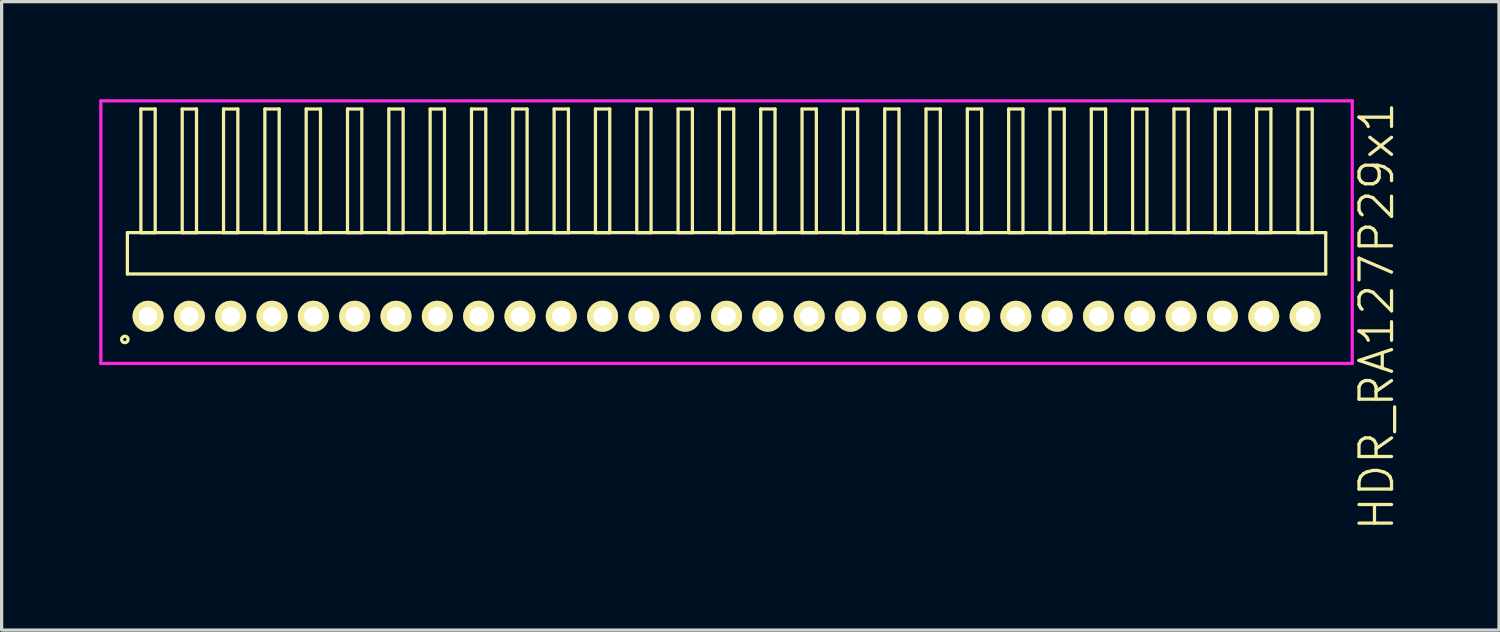
<source format=kicad_pcb>
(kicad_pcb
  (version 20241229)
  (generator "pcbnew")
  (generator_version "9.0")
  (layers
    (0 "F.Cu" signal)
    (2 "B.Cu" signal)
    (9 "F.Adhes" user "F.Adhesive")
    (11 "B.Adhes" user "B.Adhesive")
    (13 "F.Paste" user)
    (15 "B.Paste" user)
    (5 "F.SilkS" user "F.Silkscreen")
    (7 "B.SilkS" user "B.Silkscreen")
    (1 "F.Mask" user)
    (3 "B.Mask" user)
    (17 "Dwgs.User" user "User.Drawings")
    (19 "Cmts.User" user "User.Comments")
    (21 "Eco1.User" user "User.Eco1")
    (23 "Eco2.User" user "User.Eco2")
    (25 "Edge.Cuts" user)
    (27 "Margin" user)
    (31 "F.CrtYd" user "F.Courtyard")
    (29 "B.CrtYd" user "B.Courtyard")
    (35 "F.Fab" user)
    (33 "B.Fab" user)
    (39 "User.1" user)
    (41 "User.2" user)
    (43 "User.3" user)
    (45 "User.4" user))
  (footprint "HDR_RA127P29x1"
    (layer "F.Cu")
    (at 19.28 6.67)
    (property "Reference" "HDR_RA127P29x1" (at 19.98 0 90) (layer "F.SilkS") (effects (font (size 1 1) (thickness 0.1))))
    (attr through_hole)
    (fp_line (start -18.415 -2.57) (end -18.415 -1.3) (stroke (width 0.1) (type solid)) (layer "F.SilkS"))
    (fp_line (start -18.415 -1.3) (end 18.415 -1.3) (stroke (width 0.1) (type solid)) (layer "F.SilkS"))
    (fp_line (start -18 -6.37) (end -18 -2.57) (stroke (width 0.1) (type solid)) (layer "F.SilkS"))
    (fp_line (start -18 -2.57) (end -17.56 -2.57) (stroke (width 0.1) (type solid)) (layer "F.SilkS"))
    (fp_line (start -17.56 -6.37) (end -18 -6.37) (stroke (width 0.1) (type solid)) (layer "F.SilkS"))
    (fp_line (start -17.56 -2.57) (end -17.56 -6.37) (stroke (width 0.1) (type solid)) (layer "F.SilkS"))
    (fp_line (start -16.73 -6.37) (end -16.73 -2.57) (stroke (width 0.1) (type solid)) (layer "F.SilkS"))
    (fp_line (start -16.73 -2.57) (end -16.29 -2.57) (stroke (width 0.1) (type solid)) (layer "F.SilkS"))
    (fp_line (start -16.29 -6.37) (end -16.73 -6.37) (stroke (width 0.1) (type solid)) (layer "F.SilkS"))
    (fp_line (start -16.29 -2.57) (end -16.29 -6.37) (stroke (width 0.1) (type solid)) (layer "F.SilkS"))
    (fp_line (start -15.46 -6.37) (end -15.46 -2.57) (stroke (width 0.1) (type solid)) (layer "F.SilkS"))
    (fp_line (start -15.46 -2.57) (end -15.02 -2.57) (stroke (width 0.1) (type solid)) (layer "F.SilkS"))
    (fp_line (start -15.02 -6.37) (end -15.46 -6.37) (stroke (width 0.1) (type solid)) (layer "F.SilkS"))
    (fp_line (start -15.02 -2.57) (end -15.02 -6.37) (stroke (width 0.1) (type solid)) (layer "F.SilkS"))
    (fp_line (start -14.19 -6.37) (end -14.19 -2.57) (stroke (width 0.1) (type solid)) (layer "F.SilkS"))
    (fp_line (start -14.19 -2.57) (end -13.75 -2.57) (stroke (width 0.1) (type solid)) (layer "F.SilkS"))
    (fp_line (start -13.75 -6.37) (end -14.19 -6.37) (stroke (width 0.1) (type solid)) (layer "F.SilkS"))
    (fp_line (start -13.75 -2.57) (end -13.75 -6.37) (stroke (width 0.1) (type solid)) (layer "F.SilkS"))
    (fp_line (start -12.92 -6.37) (end -12.92 -2.57) (stroke (width 0.1) (type solid)) (layer "F.SilkS"))
    (fp_line (start -12.92 -2.57) (end -12.48 -2.57) (stroke (width 0.1) (type solid)) (layer "F.SilkS"))
    (fp_line (start -12.48 -6.37) (end -12.92 -6.37) (stroke (width 0.1) (type solid)) (layer "F.SilkS"))
    (fp_line (start -12.48 -2.57) (end -12.48 -6.37) (stroke (width 0.1) (type solid)) (layer "F.SilkS"))
    (fp_line (start -11.65 -6.37) (end -11.65 -2.57) (stroke (width 0.1) (type solid)) (layer "F.SilkS"))
    (fp_line (start -11.65 -2.57) (end -11.21 -2.57) (stroke (width 0.1) (type solid)) (layer "F.SilkS"))
    (fp_line (start -11.21 -6.37) (end -11.65 -6.37) (stroke (width 0.1) (type solid)) (layer "F.SilkS"))
    (fp_line (start -11.21 -2.57) (end -11.21 -6.37) (stroke (width 0.1) (type solid)) (layer "F.SilkS"))
    (fp_line (start -10.38 -6.37) (end -10.38 -2.57) (stroke (width 0.1) (type solid)) (layer "F.SilkS"))
    (fp_line (start -10.38 -2.57) (end -9.94 -2.57) (stroke (width 0.1) (type solid)) (layer "F.SilkS"))
    (fp_line (start -9.94 -6.37) (end -10.38 -6.37) (stroke (width 0.1) (type solid)) (layer "F.SilkS"))
    (fp_line (start -9.94 -2.57) (end -9.94 -6.37) (stroke (width 0.1) (type solid)) (layer "F.SilkS"))
    (fp_line (start -9.11 -6.37) (end -9.11 -2.57) (stroke (width 0.1) (type solid)) (layer "F.SilkS"))
    (fp_line (start -9.11 -2.57) (end -8.67 -2.57) (stroke (width 0.1) (type solid)) (layer "F.SilkS"))
    (fp_line (start -8.67 -6.37) (end -9.11 -6.37) (stroke (width 0.1) (type solid)) (layer "F.SilkS"))
    (fp_line (start -8.67 -2.57) (end -8.67 -6.37) (stroke (width 0.1) (type solid)) (layer "F.SilkS"))
    (fp_line (start -7.84 -6.37) (end -7.84 -2.57) (stroke (width 0.1) (type solid)) (layer "F.SilkS"))
    (fp_line (start -7.84 -2.57) (end -7.4 -2.57) (stroke (width 0.1) (type solid)) (layer "F.SilkS"))
    (fp_line (start -7.4 -6.37) (end -7.84 -6.37) (stroke (width 0.1) (type solid)) (layer "F.SilkS"))
    (fp_line (start -7.4 -2.57) (end -7.4 -6.37) (stroke (width 0.1) (type solid)) (layer "F.SilkS"))
    (fp_line (start -6.57 -6.37) (end -6.57 -2.57) (stroke (width 0.1) (type solid)) (layer "F.SilkS"))
    (fp_line (start -6.57 -2.57) (end -6.13 -2.57) (stroke (width 0.1) (type solid)) (layer "F.SilkS"))
    (fp_line (start -6.13 -6.37) (end -6.57 -6.37) (stroke (width 0.1) (type solid)) (layer "F.SilkS"))
    (fp_line (start -6.13 -2.57) (end -6.13 -6.37) (stroke (width 0.1) (type solid)) (layer "F.SilkS"))
    (fp_line (start -5.3 -6.37) (end -5.3 -2.57) (stroke (width 0.1) (type solid)) (layer "F.SilkS"))
    (fp_line (start -5.3 -2.57) (end -4.86 -2.57) (stroke (width 0.1) (type solid)) (layer "F.SilkS"))
    (fp_line (start -4.86 -6.37) (end -5.3 -6.37) (stroke (width 0.1) (type solid)) (layer "F.SilkS"))
    (fp_line (start -4.86 -2.57) (end -4.86 -6.37) (stroke (width 0.1) (type solid)) (layer "F.SilkS"))
    (fp_line (start -4.03 -6.37) (end -4.03 -2.57) (stroke (width 0.1) (type solid)) (layer "F.SilkS"))
    (fp_line (start -4.03 -2.57) (end -3.59 -2.57) (stroke (width 0.1) (type solid)) (layer "F.SilkS"))
    (fp_line (start -3.59 -6.37) (end -4.03 -6.37) (stroke (width 0.1) (type solid)) (layer "F.SilkS"))
    (fp_line (start -3.59 -2.57) (end -3.59 -6.37) (stroke (width 0.1) (type solid)) (layer "F.SilkS"))
    (fp_line (start -2.76 -6.37) (end -2.76 -2.57) (stroke (width 0.1) (type solid)) (layer "F.SilkS"))
    (fp_line (start -2.76 -2.57) (end -2.32 -2.57) (stroke (width 0.1) (type solid)) (layer "F.SilkS"))
    (fp_line (start -2.32 -6.37) (end -2.76 -6.37) (stroke (width 0.1) (type solid)) (layer "F.SilkS"))
    (fp_line (start -2.32 -2.57) (end -2.32 -6.37) (stroke (width 0.1) (type solid)) (layer "F.SilkS"))
    (fp_line (start -1.49 -6.37) (end -1.49 -2.57) (stroke (width 0.1) (type solid)) (layer "F.SilkS"))
    (fp_line (start -1.49 -2.57) (end -1.05 -2.57) (stroke (width 0.1) (type solid)) (layer "F.SilkS"))
    (fp_line (start -1.05 -6.37) (end -1.49 -6.37) (stroke (width 0.1) (type solid)) (layer "F.SilkS"))
    (fp_line (start -1.05 -2.57) (end -1.05 -6.37) (stroke (width 0.1) (type solid)) (layer "F.SilkS"))
    (fp_line (start -0.22 -6.37) (end -0.22 -2.57) (stroke (width 0.1) (type solid)) (layer "F.SilkS"))
    (fp_line (start -0.22 -2.57) (end 0.22 -2.57) (stroke (width 0.1) (type solid)) (layer "F.SilkS"))
    (fp_line (start 0.22 -6.37) (end -0.22 -6.37) (stroke (width 0.1) (type solid)) (layer "F.SilkS"))
    (fp_line (start 0.22 -2.57) (end 0.22 -6.37) (stroke (width 0.1) (type solid)) (layer "F.SilkS"))
    (fp_line (start 1.05 -6.37) (end 1.05 -2.57) (stroke (width 0.1) (type solid)) (layer "F.SilkS"))
    (fp_line (start 1.05 -2.57) (end 1.49 -2.57) (stroke (width 0.1) (type solid)) (layer "F.SilkS"))
    (fp_line (start 1.49 -6.37) (end 1.05 -6.37) (stroke (width 0.1) (type solid)) (layer "F.SilkS"))
    (fp_line (start 1.49 -2.57) (end 1.49 -6.37) (stroke (width 0.1) (type solid)) (layer "F.SilkS"))
    (fp_line (start 2.32 -6.37) (end 2.32 -2.57) (stroke (width 0.1) (type solid)) (layer "F.SilkS"))
    (fp_line (start 2.32 -2.57) (end 2.76 -2.57) (stroke (width 0.1) (type solid)) (layer "F.SilkS"))
    (fp_line (start 2.76 -6.37) (end 2.32 -6.37) (stroke (width 0.1) (type solid)) (layer "F.SilkS"))
    (fp_line (start 2.76 -2.57) (end 2.76 -6.37) (stroke (width 0.1) (type solid)) (layer "F.SilkS"))
    (fp_line (start 3.59 -6.37) (end 3.59 -2.57) (stroke (width 0.1) (type solid)) (layer "F.SilkS"))
    (fp_line (start 3.59 -2.57) (end 4.03 -2.57) (stroke (width 0.1) (type solid)) (layer "F.SilkS"))
    (fp_line (start 4.03 -6.37) (end 3.59 -6.37) (stroke (width 0.1) (type solid)) (layer "F.SilkS"))
    (fp_line (start 4.03 -2.57) (end 4.03 -6.37) (stroke (width 0.1) (type solid)) (layer "F.SilkS"))
    (fp_line (start 4.86 -6.37) (end 4.86 -2.57) (stroke (width 0.1) (type solid)) (layer "F.SilkS"))
    (fp_line (start 4.86 -2.57) (end 5.3 -2.57) (stroke (width 0.1) (type solid)) (layer "F.SilkS"))
    (fp_line (start 5.3 -6.37) (end 4.86 -6.37) (stroke (width 0.1) (type solid)) (layer "F.SilkS"))
    (fp_line (start 5.3 -2.57) (end 5.3 -6.37) (stroke (width 0.1) (type solid)) (layer "F.SilkS"))
    (fp_line (start 6.13 -6.37) (end 6.13 -2.57) (stroke (width 0.1) (type solid)) (layer "F.SilkS"))
    (fp_line (start 6.13 -2.57) (end 6.57 -2.57) (stroke (width 0.1) (type solid)) (layer "F.SilkS"))
    (fp_line (start 6.57 -6.37) (end 6.13 -6.37) (stroke (width 0.1) (type solid)) (layer "F.SilkS"))
    (fp_line (start 6.57 -2.57) (end 6.57 -6.37) (stroke (width 0.1) (type solid)) (layer "F.SilkS"))
    (fp_line (start 7.4 -6.37) (end 7.4 -2.57) (stroke (width 0.1) (type solid)) (layer "F.SilkS"))
    (fp_line (start 7.4 -2.57) (end 7.84 -2.57) (stroke (width 0.1) (type solid)) (layer "F.SilkS"))
    (fp_line (start 7.84 -6.37) (end 7.4 -6.37) (stroke (width 0.1) (type solid)) (layer "F.SilkS"))
    (fp_line (start 7.84 -2.57) (end 7.84 -6.37) (stroke (width 0.1) (type solid)) (layer "F.SilkS"))
    (fp_line (start 8.67 -6.37) (end 8.67 -2.57) (stroke (width 0.1) (type solid)) (layer "F.SilkS"))
    (fp_line (start 8.67 -2.57) (end 9.11 -2.57) (stroke (width 0.1) (type solid)) (layer "F.SilkS"))
    (fp_line (start 9.11 -6.37) (end 8.67 -6.37) (stroke (width 0.1) (type solid)) (layer "F.SilkS"))
    (fp_line (start 9.11 -2.57) (end 9.11 -6.37) (stroke (width 0.1) (type solid)) (layer "F.SilkS"))
    (fp_line (start 9.94 -6.37) (end 9.94 -2.57) (stroke (width 0.1) (type solid)) (layer "F.SilkS"))
    (fp_line (start 9.94 -2.57) (end 10.38 -2.57) (stroke (width 0.1) (type solid)) (layer "F.SilkS"))
    (fp_line (start 10.38 -6.37) (end 9.94 -6.37) (stroke (width 0.1) (type solid)) (layer "F.SilkS"))
    (fp_line (start 10.38 -2.57) (end 10.38 -6.37) (stroke (width 0.1) (type solid)) (layer "F.SilkS"))
    (fp_line (start 11.21 -6.37) (end 11.21 -2.57) (stroke (width 0.1) (type solid)) (layer "F.SilkS"))
    (fp_line (start 11.21 -2.57) (end 11.65 -2.57) (stroke (width 0.1) (type solid)) (layer "F.SilkS"))
    (fp_line (start 11.65 -6.37) (end 11.21 -6.37) (stroke (width 0.1) (type solid)) (layer "F.SilkS"))
    (fp_line (start 11.65 -2.57) (end 11.65 -6.37) (stroke (width 0.1) (type solid)) (layer "F.SilkS"))
    (fp_line (start 12.48 -6.37) (end 12.48 -2.57) (stroke (width 0.1) (type solid)) (layer "F.SilkS"))
    (fp_line (start 12.48 -2.57) (end 12.92 -2.57) (stroke (width 0.1) (type solid)) (layer "F.SilkS"))
    (fp_line (start 12.92 -6.37) (end 12.48 -6.37) (stroke (width 0.1) (type solid)) (layer "F.SilkS"))
    (fp_line (start 12.92 -2.57) (end 12.92 -6.37) (stroke (width 0.1) (type solid)) (layer "F.SilkS"))
    (fp_line (start 13.75 -6.37) (end 13.75 -2.57) (stroke (width 0.1) (type solid)) (layer "F.SilkS"))
    (fp_line (start 13.75 -2.57) (end 14.19 -2.57) (stroke (width 0.1) (type solid)) (layer "F.SilkS"))
    (fp_line (start 14.19 -6.37) (end 13.75 -6.37) (stroke (width 0.1) (type solid)) (layer "F.SilkS"))
    (fp_line (start 14.19 -2.57) (end 14.19 -6.37) (stroke (width 0.1) (type solid)) (layer "F.SilkS"))
    (fp_line (start 15.02 -6.37) (end 15.02 -2.57) (stroke (width 0.1) (type solid)) (layer "F.SilkS"))
    (fp_line (start 15.02 -2.57) (end 15.46 -2.57) (stroke (width 0.1) (type solid)) (layer "F.SilkS"))
    (fp_line (start 15.46 -6.37) (end 15.02 -6.37) (stroke (width 0.1) (type solid)) (layer "F.SilkS"))
    (fp_line (start 15.46 -2.57) (end 15.46 -6.37) (stroke (width 0.1) (type solid)) (layer "F.SilkS"))
    (fp_line (start 16.29 -6.37) (end 16.29 -2.57) (stroke (width 0.1) (type solid)) (layer "F.SilkS"))
    (fp_line (start 16.29 -2.57) (end 16.73 -2.57) (stroke (width 0.1) (type solid)) (layer "F.SilkS"))
    (fp_line (start 16.73 -6.37) (end 16.29 -6.37) (stroke (width 0.1) (type solid)) (layer "F.SilkS"))
    (fp_line (start 16.73 -2.57) (end 16.73 -6.37) (stroke (width 0.1) (type solid)) (layer "F.SilkS"))
    (fp_line (start 17.56 -6.37) (end 17.56 -2.57) (stroke (width 0.1) (type solid)) (layer "F.SilkS"))
    (fp_line (start 17.56 -2.57) (end 18 -2.57) (stroke (width 0.1) (type solid)) (layer "F.SilkS"))
    (fp_line (start 18 -6.37) (end 17.56 -6.37) (stroke (width 0.1) (type solid)) (layer "F.SilkS"))
    (fp_line (start 18 -2.57) (end 18 -6.37) (stroke (width 0.1) (type solid)) (layer "F.SilkS"))
    (fp_line (start 18.415 -2.57) (end -18.415 -2.57) (stroke (width 0.1) (type solid)) (layer "F.SilkS"))
    (fp_line (start 18.415 -1.3) (end 18.415 -2.57) (stroke (width 0.1) (type solid)) (layer "F.SilkS"))
    (fp_circle (center -18.493 0.712) (end -18.393 0.712) (stroke (width 0.1) (type solid)) (fill no) (layer "F.SilkS"))
    (fp_line (start -19.23 -6.62) (end -19.23 1.45) (stroke (width 0.1) (type solid)) (layer "F.CrtYd"))
    (fp_line (start -19.23 1.45) (end 19.23 1.45) (stroke (width 0.1) (type solid)) (layer "F.CrtYd"))
    (fp_line (start 19.23 -6.62) (end -19.23 -6.62) (stroke (width 0.1) (type solid)) (layer "F.CrtYd"))
    (fp_line (start 19.23 1.45) (end 19.23 -6.62) (stroke (width 0.1) (type solid)) (layer "F.CrtYd"))
    (pad "1" thru_hole oval (at -17.78 0) (size 0.95 0.95) (drill 0.57) (layers "*.Cu" "*.Mask" "F.SilkS"))
    (pad "2" thru_hole oval (at -16.51 0) (size 0.95 0.95) (drill 0.57) (layers "*.Cu" "*.Mask" "F.SilkS"))
    (pad "3" thru_hole oval (at -15.24 0) (size 0.95 0.95) (drill 0.57) (layers "*.Cu" "*.Mask" "F.SilkS"))
    (pad "4" thru_hole oval (at -13.97 0) (size 0.95 0.95) (drill 0.57) (layers "*.Cu" "*.Mask" "F.SilkS"))
    (pad "5" thru_hole oval (at -12.7 0) (size 0.95 0.95) (drill 0.57) (layers "*.Cu" "*.Mask" "F.SilkS"))
    (pad "6" thru_hole oval (at -11.43 0) (size 0.95 0.95) (drill 0.57) (layers "*.Cu" "*.Mask" "F.SilkS"))
    (pad "7" thru_hole oval (at -10.16 0) (size 0.95 0.95) (drill 0.57) (layers "*.Cu" "*.Mask" "F.SilkS"))
    (pad "8" thru_hole oval (at -8.89 0) (size 0.95 0.95) (drill 0.57) (layers "*.Cu" "*.Mask" "F.SilkS"))
    (pad "9" thru_hole oval (at -7.62 0) (size 0.95 0.95) (drill 0.57) (layers "*.Cu" "*.Mask" "F.SilkS"))
    (pad "10" thru_hole oval (at -6.35 0) (size 0.95 0.95) (drill 0.57) (layers "*.Cu" "*.Mask" "F.SilkS"))
    (pad "11" thru_hole oval (at -5.08 0) (size 0.95 0.95) (drill 0.57) (layers "*.Cu" "*.Mask" "F.SilkS"))
    (pad "12" thru_hole oval (at -3.81 0) (size 0.95 0.95) (drill 0.57) (layers "*.Cu" "*.Mask" "F.SilkS"))
    (pad "13" thru_hole oval (at -2.54 0) (size 0.95 0.95) (drill 0.57) (layers "*.Cu" "*.Mask" "F.SilkS"))
    (pad "14" thru_hole oval (at -1.27 0) (size 0.95 0.95) (drill 0.57) (layers "*.Cu" "*.Mask" "F.SilkS"))
    (pad "15" thru_hole oval (at 0 0) (size 0.95 0.95) (drill 0.57) (layers "*.Cu" "*.Mask" "F.SilkS"))
    (pad "16" thru_hole oval (at 1.27 0) (size 0.95 0.95) (drill 0.57) (layers "*.Cu" "*.Mask" "F.SilkS"))
    (pad "17" thru_hole oval (at 2.54 0) (size 0.95 0.95) (drill 0.57) (layers "*.Cu" "*.Mask" "F.SilkS"))
    (pad "18" thru_hole oval (at 3.81 0) (size 0.95 0.95) (drill 0.57) (layers "*.Cu" "*.Mask" "F.SilkS"))
    (pad "19" thru_hole oval (at 5.08 0) (size 0.95 0.95) (drill 0.57) (layers "*.Cu" "*.Mask" "F.SilkS"))
    (pad "20" thru_hole oval (at 6.35 0) (size 0.95 0.95) (drill 0.57) (layers "*.Cu" "*.Mask" "F.SilkS"))
    (pad "21" thru_hole oval (at 7.62 0) (size 0.95 0.95) (drill 0.57) (layers "*.Cu" "*.Mask" "F.SilkS"))
    (pad "22" thru_hole oval (at 8.89 0) (size 0.95 0.95) (drill 0.57) (layers "*.Cu" "*.Mask" "F.SilkS"))
    (pad "23" thru_hole oval (at 10.16 0) (size 0.95 0.95) (drill 0.57) (layers "*.Cu" "*.Mask" "F.SilkS"))
    (pad "24" thru_hole oval (at 11.43 0) (size 0.95 0.95) (drill 0.57) (layers "*.Cu" "*.Mask" "F.SilkS"))
    (pad "25" thru_hole oval (at 12.7 0) (size 0.95 0.95) (drill 0.57) (layers "*.Cu" "*.Mask" "F.SilkS"))
    (pad "26" thru_hole oval (at 13.97 0) (size 0.95 0.95) (drill 0.57) (layers "*.Cu" "*.Mask" "F.SilkS"))
    (pad "27" thru_hole oval (at 15.24 0) (size 0.95 0.95) (drill 0.57) (layers "*.Cu" "*.Mask" "F.SilkS"))
    (pad "28" thru_hole oval (at 16.51 0) (size 0.95 0.95) (drill 0.57) (layers "*.Cu" "*.Mask" "F.SilkS"))
    (pad "29" thru_hole oval (at 17.78 0) (size 0.95 0.95) (drill 0.57) (layers "*.Cu" "*.Mask" "F.SilkS")))
  (gr_rect
    (start -3 -3)
    (end 43.02 16.315)
    (stroke (width 0.1) (type default))
    (fill no)
    (layer "Edge.Cuts")))
</source>
